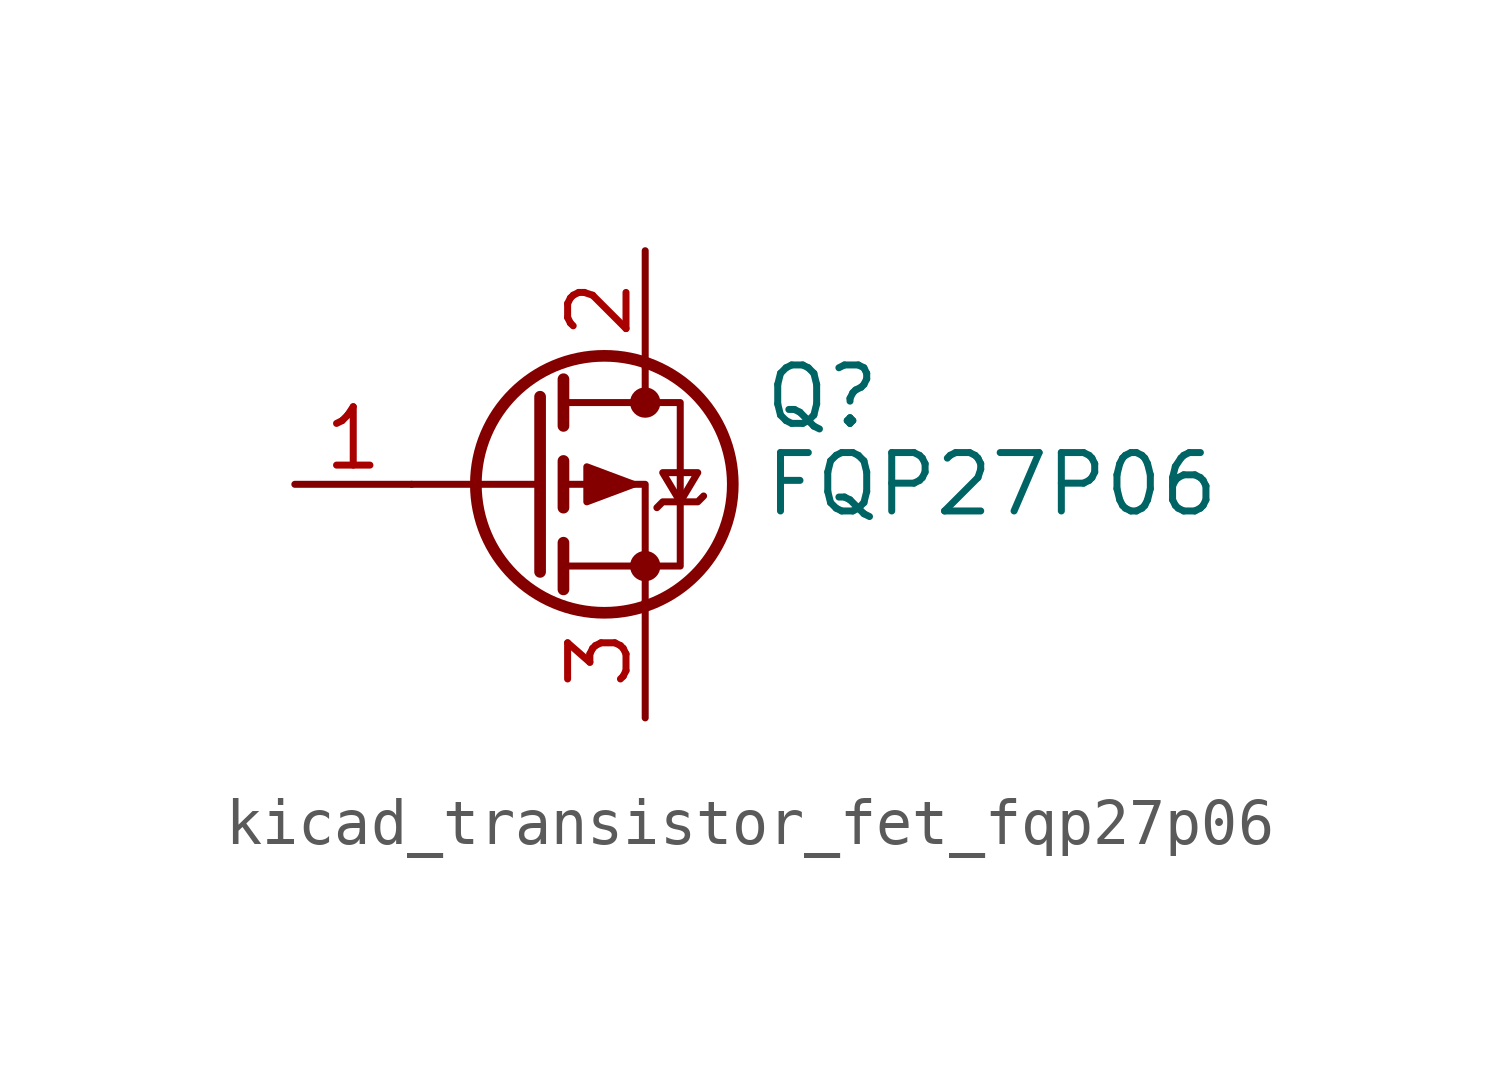
<source format=kicad_sym>
(kicad_symbol_lib
  (version 20220914)
  (generator kicad_symbol_editor)
  (symbol "kicad_transistor_fet_fqp27p06"
    (pin_names hide)
    (property "Reference" "Q"
      (at 5.08 1.905 0)
      (effects (font (size 1.27 1.27)) (justify left)))
    (property "Value" "FQP27P06"
      (at 5.08 0 0)
      (effects (font (size 1.27 1.27)) (justify left)))
    (symbol "kicad_transistor_fet_fqp27p06_0_1"
      (polyline (pts (xy 0.254 0) (xy -2.54 0)) (stroke (width 0) (type default)) (fill (type none)))
      (polyline (pts (xy 0.254 1.905) (xy 0.254 -1.905)) (stroke (width 0.254) (type default)) (fill (type none)))
      (polyline (pts (xy 0.762 -1.27) (xy 0.762 -2.286)) (stroke (width 0.254) (type default)) (fill (type none)))
      (polyline (pts (xy 0.762 0.508) (xy 0.762 -0.508)) (stroke (width 0.254) (type default)) (fill (type none)))
      (polyline (pts (xy 0.762 2.286) (xy 0.762 1.27)) (stroke (width 0.254) (type default)) (fill (type none)))
      (polyline (pts (xy 2.54 2.54) (xy 2.54 1.778)) (stroke (width 0) (type default)) (fill (type none)))
      (polyline (pts (xy 2.54 -2.54) (xy 2.54 0) (xy 0.762 0)) (stroke (width 0) (type default)) (fill (type none)))
      (polyline (pts (xy 0.762 1.778) (xy 3.302 1.778) (xy 3.302 -1.778) (xy 0.762 -1.778)) (stroke (width 0) (type default)) (fill (type none)))
      (polyline (pts (xy 2.286 0) (xy 1.27 0.381) (xy 1.27 -0.381) (xy 2.286 0)) (stroke (width 0) (type default)) (fill (type outline)))
      (polyline (pts (xy 2.794 -0.508) (xy 2.921 -0.381) (xy 3.683 -0.381) (xy 3.81 -0.254)) (stroke (width 0) (type default)) (fill (type none)))
      (polyline (pts (xy 3.302 -0.381) (xy 2.921 0.254) (xy 3.683 0.254) (xy 3.302 -0.381)) (stroke (width 0) (type default)) (fill (type none)))
      (circle (center 1.651 0) (radius 2.794) (stroke (width 0.254) (type default)) (fill (type none)))
      (circle (center 2.54 -1.778) (radius 0.254) (stroke (width 0) (type default)) (fill (type outline)))
      (circle (center 2.54 1.778) (radius 0.254) (stroke (width 0) (type default)) (fill (type outline))))
    (symbol "kicad_transistor_fet_fqp27p06_1_1"
      (pin input line (at -5.08 0 0) (length 2.54) (name "G" (effects (font (size 1.27 1.27)))) (number "1" (effects (font (size 1.27 1.27)))))
      (pin passive line (at 2.54 5.08 270) (length 2.54) (name "D" (effects (font (size 1.27 1.27)))) (number "2" (effects (font (size 1.27 1.27)))))
      (pin passive line (at 2.54 -5.08 90) (length 2.54) (name "S" (effects (font (size 1.27 1.27)))) (number "3" (effects (font (size 1.27 1.27))))))))
</source>
